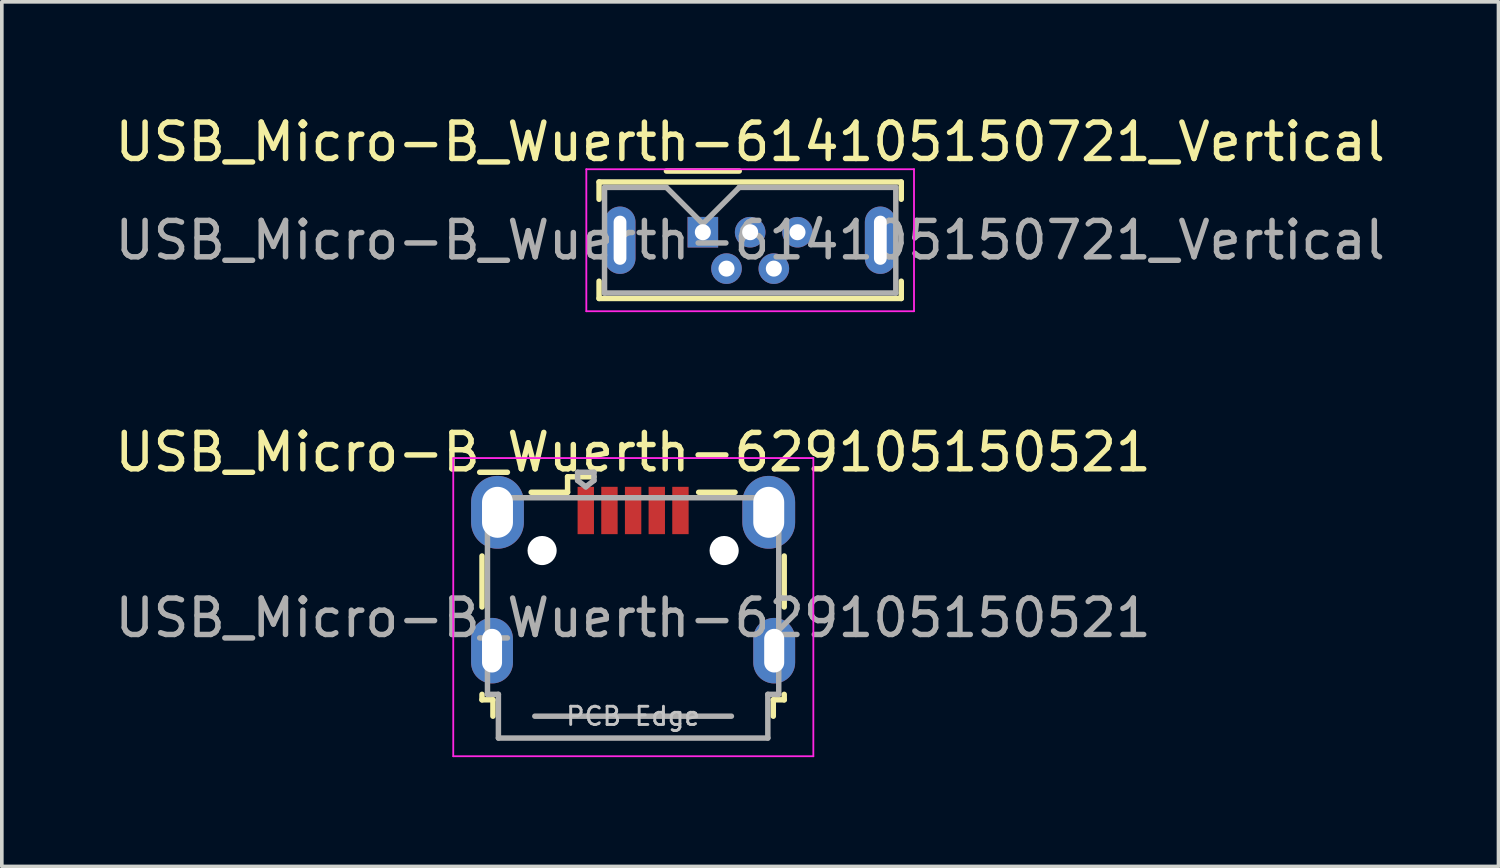
<source format=kicad_pcb>
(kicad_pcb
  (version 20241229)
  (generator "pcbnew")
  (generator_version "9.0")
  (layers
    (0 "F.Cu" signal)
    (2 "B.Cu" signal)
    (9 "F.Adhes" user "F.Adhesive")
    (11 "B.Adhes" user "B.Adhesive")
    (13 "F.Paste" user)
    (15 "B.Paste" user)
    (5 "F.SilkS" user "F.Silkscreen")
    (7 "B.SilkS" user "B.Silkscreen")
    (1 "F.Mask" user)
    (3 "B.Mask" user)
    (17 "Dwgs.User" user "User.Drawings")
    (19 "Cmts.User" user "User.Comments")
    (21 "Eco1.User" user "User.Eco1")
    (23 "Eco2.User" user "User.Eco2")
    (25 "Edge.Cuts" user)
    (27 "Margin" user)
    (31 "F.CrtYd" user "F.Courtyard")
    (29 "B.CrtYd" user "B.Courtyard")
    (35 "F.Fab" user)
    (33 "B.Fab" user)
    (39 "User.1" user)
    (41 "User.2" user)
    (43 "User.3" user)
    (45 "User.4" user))
  (footprint "USB_Micro-B_Wuerth-614105150721_Vertical"
    (layer "F.Cu")
    (at 16.254 3.328)
    (property "Reference" "USB_Micro-B_Wuerth-614105150721_Vertical" (at 1.3 -2.48 0) (layer "F.SilkS") (effects (font (size 1 1) (thickness 0.15))))
    (attr through_hole)
    (fp_line (start -2.85 -1.38) (end 5.45 -1.38) (stroke (width 0.15) (type solid)) (layer "F.SilkS"))
    (fp_line (start -2.85 -0.905) (end -2.85 -1.38) (stroke (width 0.15) (type solid)) (layer "F.SilkS"))
    (fp_line (start -2.85 1.345) (end -2.85 1.82) (stroke (width 0.15) (type solid)) (layer "F.SilkS"))
    (fp_line (start -2.85 1.82) (end 5.45 1.82) (stroke (width 0.15) (type solid)) (layer "F.SilkS"))
    (fp_line (start -1 -1.68) (end 1 -1.68) (stroke (width 0.15) (type solid)) (layer "F.SilkS"))
    (fp_line (start 5.45 -1.38) (end 5.45 -0.905) (stroke (width 0.15) (type solid)) (layer "F.SilkS"))
    (fp_line (start 5.45 1.82) (end 5.45 1.345) (stroke (width 0.15) (type solid)) (layer "F.SilkS"))
    (fp_line (start -3.2 -1.73) (end -3.2 2.17) (stroke (width 0.05) (type solid)) (layer "F.CrtYd"))
    (fp_line (start -3.2 2.17) (end 5.8 2.17) (stroke (width 0.05) (type solid)) (layer "F.CrtYd"))
    (fp_line (start 5.8 -1.73) (end -3.2 -1.73) (stroke (width 0.05) (type solid)) (layer "F.CrtYd"))
    (fp_line (start 5.8 2.17) (end 5.8 -1.73) (stroke (width 0.05) (type solid)) (layer "F.CrtYd"))
    (fp_line (start -2.7 -1.23) (end -1 -1.23) (stroke (width 0.15) (type solid)) (layer "F.Fab"))
    (fp_line (start -2.7 1.67) (end -2.7 -1.23) (stroke (width 0.15) (type solid)) (layer "F.Fab"))
    (fp_line (start -1 -1.23) (end 0 -0.23) (stroke (width 0.15) (type solid)) (layer "F.Fab"))
    (fp_line (start 0 -0.23) (end 1 -1.23) (stroke (width 0.15) (type solid)) (layer "F.Fab"))
    (fp_line (start 1 -1.23) (end 5.3 -1.23) (stroke (width 0.15) (type solid)) (layer "F.Fab"))
    (fp_line (start 5.3 -1.23) (end 5.3 1.67) (stroke (width 0.15) (type solid)) (layer "F.Fab"))
    (fp_line (start 5.3 1.67) (end -2.7 1.67) (stroke (width 0.15) (type solid)) (layer "F.Fab"))
    (fp_text user "${REFERENCE}" (at 1.3 0.22 0) (layer "F.Fab") (effects (font (size 1 1) (thickness 0.15))))
    (pad "1" thru_hole rect (at 0 0) (size 0.84 0.84) (drill 0.44) (layers "*.Cu" "*.Mask"))
    (pad "2" thru_hole circle (at 0.65 1) (size 0.84 0.84) (drill 0.44) (layers "*.Cu" "*.Mask"))
    (pad "3" thru_hole circle (at 1.3 0) (size 0.84 0.84) (drill 0.44) (layers "*.Cu" "*.Mask"))
    (pad "4" thru_hole circle (at 1.95 1) (size 0.84 0.84) (drill 0.44) (layers "*.Cu" "*.Mask"))
    (pad "5" thru_hole circle (at 2.6 0) (size 0.84 0.84) (drill 0.44) (layers "*.Cu" "*.Mask"))
    (pad "6" thru_hole oval (at -2.275 0.22) (size 0.85 1.85) (drill oval 0.35 1.35) (layers "*.Cu" "*.Mask"))
    (pad "6" thru_hole oval (at 4.875 0.22) (size 0.85 1.85) (drill oval 0.35 1.35) (layers "*.Cu" "*.Mask")))
  (footprint "USB_Micro-B_Wuerth-629105150521"
    (layer "F.Cu")
    (at 14.339 12.871)
    (property "Reference" "USB_Micro-B_Wuerth-629105150521" (at 0 -3.5 0) (layer "F.SilkS") (effects (font (size 1 1) (thickness 0.15))))
    (attr smd)
    (fp_line (start -4.15 -0.65) (end -4.15 0.75) (stroke (width 0.15) (type solid)) (layer "F.SilkS"))
    (fp_line (start -4.15 3.15) (end -4.15 3.3) (stroke (width 0.15) (type solid)) (layer "F.SilkS"))
    (fp_line (start -4.15 3.3) (end -3.85 3.3) (stroke (width 0.15) (type solid)) (layer "F.SilkS"))
    (fp_line (start -3.85 3.3) (end -3.85 3.75) (stroke (width 0.15) (type solid)) (layer "F.SilkS"))
    (fp_line (start -1.8 -2.825) (end -1.8 -2.4) (stroke (width 0.15) (type solid)) (layer "F.SilkS"))
    (fp_line (start -1.8 -2.4) (end -2.8 -2.4) (stroke (width 0.15) (type solid)) (layer "F.SilkS"))
    (fp_line (start -1.075 -2.825) (end -1.8 -2.825) (stroke (width 0.15) (type solid)) (layer "F.SilkS"))
    (fp_line (start 1.8 -2.4) (end 2.8 -2.4) (stroke (width 0.15) (type solid)) (layer "F.SilkS"))
    (fp_line (start 3.85 3.3) (end 4.15 3.3) (stroke (width 0.15) (type solid)) (layer "F.SilkS"))
    (fp_line (start 3.85 3.75) (end 3.85 3.3) (stroke (width 0.15) (type solid)) (layer "F.SilkS"))
    (fp_line (start 4.15 0.75) (end 4.15 -0.65) (stroke (width 0.15) (type solid)) (layer "F.SilkS"))
    (fp_line (start 4.15 3.3) (end 4.15 3.15) (stroke (width 0.15) (type solid)) (layer "F.SilkS"))
    (fp_line (start -4.94 -3.34) (end -4.94 4.85) (stroke (width 0.05) (type solid)) (layer "F.CrtYd"))
    (fp_line (start -4.94 4.85) (end 4.95 4.85) (stroke (width 0.05) (type solid)) (layer "F.CrtYd"))
    (fp_line (start 4.95 -3.34) (end -4.94 -3.34) (stroke (width 0.05) (type solid)) (layer "F.CrtYd"))
    (fp_line (start 4.95 4.85) (end 4.95 -3.34) (stroke (width 0.05) (type solid)) (layer "F.CrtYd"))
    (fp_line (start -4 -2.25) (end -4 3.15) (stroke (width 0.15) (type solid)) (layer "F.Fab"))
    (fp_line (start -4 3.15) (end -3.7 3.15) (stroke (width 0.15) (type solid)) (layer "F.Fab"))
    (fp_line (start -3.7 3.15) (end -3.7 4.35) (stroke (width 0.15) (type solid)) (layer "F.Fab"))
    (fp_line (start -3.7 4.35) (end 3.7 4.35) (stroke (width 0.15) (type solid)) (layer "F.Fab"))
    (fp_line (start -2.7 3.75) (end 2.7 3.75) (stroke (width 0.15) (type solid)) (layer "F.Fab"))
    (fp_line (start -1.525 -2.95) (end -1.075 -2.95) (stroke (width 0.15) (type solid)) (layer "F.Fab"))
    (fp_line (start -1.525 -2.725) (end -1.525 -2.95) (stroke (width 0.15) (type solid)) (layer "F.Fab"))
    (fp_line (start -1.3 -2.55) (end -1.525 -2.725) (stroke (width 0.15) (type solid)) (layer "F.Fab"))
    (fp_line (start -1.075 -2.95) (end -1.075 -2.725) (stroke (width 0.15) (type solid)) (layer "F.Fab"))
    (fp_line (start -1.075 -2.725) (end -1.3 -2.55) (stroke (width 0.15) (type solid)) (layer "F.Fab"))
    (fp_line (start 3.7 3.15) (end 4 3.15) (stroke (width 0.15) (type solid)) (layer "F.Fab"))
    (fp_line (start 3.7 4.35) (end 3.7 3.15) (stroke (width 0.15) (type solid)) (layer "F.Fab"))
    (fp_line (start 4 -2.25) (end -4 -2.25) (stroke (width 0.15) (type solid)) (layer "F.Fab"))
    (fp_line (start 4 3.15) (end 4 -2.25) (stroke (width 0.15) (type solid)) (layer "F.Fab"))
    (fp_text user "PCB Edge" (at 0 3.75 0) (layer "Dwgs.User") (effects (font (size 0.5 0.5) (thickness 0.08))))
    (fp_text user "${REFERENCE}" (at 0 1.05 0) (layer "F.Fab") (effects (font (size 1 1) (thickness 0.15))))
    (pad "" np_thru_hole oval (at -2.5 -0.8) (size 0.8 0.8) (drill 0.8) (layers "*.Cu" "*.Mask"))
    (pad "" np_thru_hole oval (at 2.5 -0.8) (size 0.8 0.8) (drill 0.8) (layers "*.Cu" "*.Mask"))
    (pad "1" smd rect (at -1.3 -1.9) (size 0.45 1.3) (layers "F.Cu" "F.Mask" "F.Paste"))
    (pad "2" smd rect (at -0.65 -1.9) (size 0.45 1.3) (layers "F.Cu" "F.Mask" "F.Paste"))
    (pad "3" smd rect (at 0 -1.9) (size 0.45 1.3) (layers "F.Cu" "F.Mask" "F.Paste"))
    (pad "4" smd rect (at 0.65 -1.9) (size 0.45 1.3) (layers "F.Cu" "F.Mask" "F.Paste"))
    (pad "5" smd rect (at 1.3 -1.9) (size 0.45 1.3) (layers "F.Cu" "F.Mask" "F.Paste"))
    (pad "6" thru_hole oval (at -3.875 1.95) (size 1.15 1.8) (drill oval 0.55 1.2) (layers "*.Cu" "*.Mask"))
    (pad "6" thru_hole oval (at -3.725 -1.85) (size 1.45 2) (drill oval 0.85 1.4) (layers "*.Cu" "*.Mask"))
    (pad "6" thru_hole oval (at 3.725 -1.85) (size 1.45 2) (drill oval 0.85 1.4) (layers "*.Cu" "*.Mask"))
    (pad "6" thru_hole oval (at 3.875 1.95) (size 1.15 1.8) (drill oval 0.55 1.2) (layers "*.Cu" "*.Mask")))
  (gr_rect
    (start -3 -3)
    (end 38.107 20.747)
    (stroke (width 0.1) (type default))
    (fill no)
    (layer "Edge.Cuts")))
</source>
